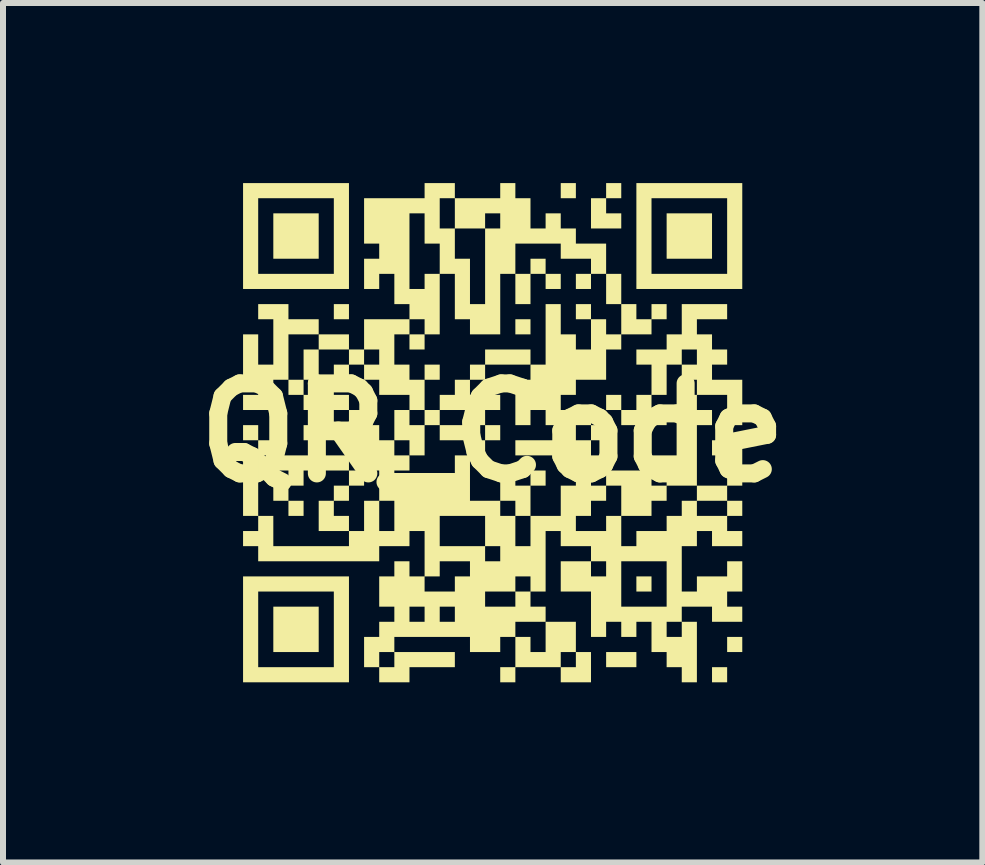
<source format=kicad_pcb>
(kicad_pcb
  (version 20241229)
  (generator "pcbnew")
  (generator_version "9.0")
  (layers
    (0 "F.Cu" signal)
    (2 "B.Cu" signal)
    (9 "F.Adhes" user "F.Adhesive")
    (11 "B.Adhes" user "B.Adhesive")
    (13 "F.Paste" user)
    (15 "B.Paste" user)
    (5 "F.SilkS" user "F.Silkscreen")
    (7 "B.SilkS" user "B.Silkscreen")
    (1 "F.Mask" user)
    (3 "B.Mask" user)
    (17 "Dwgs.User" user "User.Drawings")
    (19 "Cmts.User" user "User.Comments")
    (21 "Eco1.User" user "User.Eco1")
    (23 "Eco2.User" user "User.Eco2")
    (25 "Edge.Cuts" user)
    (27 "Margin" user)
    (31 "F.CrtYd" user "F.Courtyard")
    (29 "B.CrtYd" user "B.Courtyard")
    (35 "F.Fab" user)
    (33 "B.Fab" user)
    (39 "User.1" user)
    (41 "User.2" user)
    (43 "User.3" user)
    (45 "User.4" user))
  (footprint "QR_Code"
    (layer "F.Cu")
    (at 5.157 4.158)
    (property "Reference" "QR_Code" (at 0 0 0) (layer "F.SilkS") (effects (font (size 1.5 1.5) (thickness 0.3))))
    (attr board_only exclude_from_pos_files exclude_from_bom)
    (fp_poly (pts (xy -3.906 0) (xy -3.906 0.126) (xy -4.032 0.126) (xy -4.158 0.126) (xy -4.158 0) (xy -4.158 -0.126) (xy -4.032 -0.126) (xy -3.906 -0.126)) (stroke (width 0) (type solid)) (fill yes) (layer "F.SilkS"))
    (fp_poly (pts (xy -3.402 1.008) (xy -3.402 1.134) (xy -3.528 1.134) (xy -3.654 1.134) (xy -3.654 1.008) (xy -3.654 0.882) (xy -3.528 0.882) (xy -3.402 0.882)) (stroke (width 0) (type solid)) (fill yes) (layer "F.SilkS"))
    (fp_poly (pts (xy -3.15 1.26) (xy -3.15 1.386) (xy -3.276 1.386) (xy -3.402 1.386) (xy -3.402 1.26) (xy -3.402 1.134) (xy -3.276 1.134) (xy -3.15 1.134)) (stroke (width 0) (type solid)) (fill yes) (layer "F.SilkS"))
    (fp_poly (pts (xy -2.898 -3.276) (xy -2.898 -2.898) (xy -3.276 -2.898) (xy -3.654 -2.898) (xy -3.654 -3.276) (xy -3.654 -3.654) (xy -3.276 -3.654) (xy -2.898 -3.654)) (stroke (width 0) (type solid)) (fill yes) (layer "F.SilkS"))
    (fp_poly (pts (xy -2.898 -1.134) (xy -2.898 -0.882) (xy -3.024 -0.882) (xy -3.15 -0.882) (xy -3.15 -1.134) (xy -3.15 -1.386) (xy -3.024 -1.386) (xy -2.898 -1.386)) (stroke (width 0) (type solid)) (fill yes) (layer "F.SilkS"))
    (fp_poly (pts (xy -2.898 3.276) (xy -2.898 3.654) (xy -3.276 3.654) (xy -3.654 3.654) (xy -3.654 3.276) (xy -3.654 2.898) (xy -3.276 2.898) (xy -2.898 2.898)) (stroke (width 0) (type solid)) (fill yes) (layer "F.SilkS"))
    (fp_poly (pts (xy -2.394 -2.016) (xy -2.394 -1.89) (xy -2.52 -1.89) (xy -2.646 -1.89) (xy -2.646 -2.016) (xy -2.646 -2.142) (xy -2.52 -2.142) (xy -2.394 -2.142)) (stroke (width 0) (type solid)) (fill yes) (layer "F.SilkS"))
    (fp_poly (pts (xy -2.394 -1.008) (xy -2.394 -0.882) (xy -2.52 -0.882) (xy -2.646 -0.882) (xy -2.646 -1.008) (xy -2.646 -1.134) (xy -2.52 -1.134) (xy -2.394 -1.134)) (stroke (width 0) (type solid)) (fill yes) (layer "F.SilkS"))
    (fp_poly (pts (xy -1.134 -1.512) (xy -1.134 -1.386) (xy -1.26 -1.386) (xy -1.386 -1.386) (xy -1.386 -1.512) (xy -1.386 -1.638) (xy -1.26 -1.638) (xy -1.134 -1.638)) (stroke (width 0) (type solid)) (fill yes) (layer "F.SilkS"))
    (fp_poly (pts (xy -0.882 -1.008) (xy -0.882 -0.882) (xy -1.008 -0.882) (xy -1.134 -0.882) (xy -1.134 -1.008) (xy -1.134 -1.134) (xy -1.008 -1.134) (xy -0.882 -1.134)) (stroke (width 0) (type solid)) (fill yes) (layer "F.SilkS"))
    (fp_poly (pts (xy 0.63 -1.764) (xy 0.63 -1.638) (xy 0.504 -1.638) (xy 0.378 -1.638) (xy 0.378 -1.764) (xy 0.378 -1.89) (xy 0.504 -1.89) (xy 0.63 -1.89)) (stroke (width 0) (type solid)) (fill yes) (layer "F.SilkS"))
    (fp_poly (pts (xy 1.134 -2.52) (xy 1.134 -2.394) (xy 1.008 -2.394) (xy 0.882 -2.394) (xy 0.882 -2.52) (xy 0.882 -2.646) (xy 1.008 -2.646) (xy 1.134 -2.646)) (stroke (width 0) (type solid)) (fill yes) (layer "F.SilkS"))
    (fp_poly (pts (xy 1.386 -4.032) (xy 1.386 -3.906) (xy 1.26 -3.906) (xy 1.134 -3.906) (xy 1.134 -4.032) (xy 1.134 -4.158) (xy 1.26 -4.158) (xy 1.386 -4.158)) (stroke (width 0) (type solid)) (fill yes) (layer "F.SilkS"))
    (fp_poly (pts (xy 1.638 -2.52) (xy 1.638 -2.394) (xy 1.512 -2.394) (xy 1.386 -2.394) (xy 1.386 -2.52) (xy 1.386 -2.646) (xy 1.512 -2.646) (xy 1.638 -2.646)) (stroke (width 0) (type solid)) (fill yes) (layer "F.SilkS"))
    (fp_poly (pts (xy 1.638 -2.016) (xy 1.638 -1.89) (xy 1.512 -1.89) (xy 1.386 -1.89) (xy 1.386 -2.016) (xy 1.386 -2.142) (xy 1.512 -2.142) (xy 1.638 -2.142)) (stroke (width 0) (type solid)) (fill yes) (layer "F.SilkS"))
    (fp_poly (pts (xy 2.142 -2.394) (xy 2.142 -2.142) (xy 2.016 -2.142) (xy 1.89 -2.142) (xy 1.89 -2.394) (xy 1.89 -2.646) (xy 2.016 -2.646) (xy 2.142 -2.646)) (stroke (width 0) (type solid)) (fill yes) (layer "F.SilkS"))
    (fp_poly (pts (xy 2.394 3.78) (xy 2.394 3.906) (xy 2.142 3.906) (xy 1.89 3.906) (xy 1.89 3.78) (xy 1.89 3.654) (xy 2.142 3.654) (xy 2.394 3.654)) (stroke (width 0) (type solid)) (fill yes) (layer "F.SilkS"))
    (fp_poly (pts (xy 2.646 2.52) (xy 2.646 2.646) (xy 2.52 2.646) (xy 2.394 2.646) (xy 2.394 2.52) (xy 2.394 2.394) (xy 2.52 2.394) (xy 2.646 2.394)) (stroke (width 0) (type solid)) (fill yes) (layer "F.SilkS"))
    (fp_poly (pts (xy 3.654 -3.276) (xy 3.654 -2.898) (xy 3.276 -2.898) (xy 2.898 -2.898) (xy 2.898 -3.276) (xy 2.898 -3.654) (xy 3.276 -3.654) (xy 3.654 -3.654)) (stroke (width 0) (type solid)) (fill yes) (layer "F.SilkS"))
    (fp_poly (pts (xy 3.906 4.032) (xy 3.906 4.158) (xy 3.78 4.158) (xy 3.654 4.158) (xy 3.654 4.032) (xy 3.654 3.906) (xy 3.78 3.906) (xy 3.906 3.906)) (stroke (width 0) (type solid)) (fill yes) (layer "F.SilkS"))
    (fp_poly (pts (xy 4.158 3.528) (xy 4.158 3.654) (xy 4.032 3.654) (xy 3.906 3.654) (xy 3.906 3.528) (xy 3.906 3.402) (xy 4.032 3.402) (xy 4.158 3.402)) (stroke (width 0) (type solid)) (fill yes) (layer "F.SilkS"))
    (fp_poly (pts (xy 0.882 -2.772) (xy 0.882 -2.646) (xy 0.756 -2.646) (xy 0.63 -2.646) (xy 0.63 -2.394) (xy 0.63 -2.142) (xy 0.504 -2.142) (xy 0.378 -2.142) (xy 0.378 -2.394) (xy 0.378 -2.646) (xy 0.504 -2.646) (xy 0.63 -2.646) (xy 0.63 -2.772) (xy 0.63 -2.898) (xy 0.756 -2.898) (xy 0.882 -2.898)) (stroke (width 0) (type solid)) (fill yes) (layer "F.SilkS"))
    (fp_poly (pts (xy -2.394 -3.276) (xy -2.394 -2.394) (xy -3.276 -2.394) (xy -4.158 -2.394) (xy -4.158 -3.276) (xy -3.906 -3.276) (xy -3.906 -2.646) (xy -3.276 -2.646) (xy -2.646 -2.646) (xy -2.646 -3.276) (xy -2.646 -3.906) (xy -3.276 -3.906) (xy -3.906 -3.906) (xy -3.906 -3.276) (xy -4.158 -3.276) (xy -4.158 -4.158) (xy -3.276 -4.158) (xy -2.394 -4.158)) (stroke (width 0) (type solid)) (fill yes) (layer "F.SilkS"))
    (fp_poly (pts (xy -2.394 3.276) (xy -2.394 4.158) (xy -3.276 4.158) (xy -4.158 4.158) (xy -4.158 3.276) (xy -3.906 3.276) (xy -3.906 3.906) (xy -3.276 3.906) (xy -2.646 3.906) (xy -2.646 3.276) (xy -2.646 2.646) (xy -3.276 2.646) (xy -3.906 2.646) (xy -3.906 3.276) (xy -4.158 3.276) (xy -4.158 2.394) (xy -3.276 2.394) (xy -2.394 2.394)) (stroke (width 0) (type solid)) (fill yes) (layer "F.SilkS"))
    (fp_poly (pts (xy 4.158 -3.276) (xy 4.158 -2.394) (xy 3.276 -2.394) (xy 2.394 -2.394) (xy 2.394 -3.276) (xy 2.646 -3.276) (xy 2.646 -2.646) (xy 3.276 -2.646) (xy 3.906 -2.646) (xy 3.906 -3.276) (xy 3.906 -3.906) (xy 3.276 -3.906) (xy 2.646 -3.906) (xy 2.646 -3.276) (xy 2.394 -3.276) (xy 2.394 -4.158) (xy 3.276 -4.158) (xy 4.158 -4.158)) (stroke (width 0) (type solid)) (fill yes) (layer "F.SilkS"))
    (fp_poly (pts (xy 2.142 -4.032) (xy 2.142 -3.906) (xy 2.016 -3.906) (xy 1.89 -3.906) (xy 1.89 -3.78) (xy 1.89 -3.654) (xy 2.016 -3.654) (xy 2.142 -3.654) (xy 2.142 -3.528) (xy 2.142 -3.402) (xy 1.89 -3.402) (xy 1.638 -3.402) (xy 1.638 -3.654) (xy 1.638 -3.906) (xy 1.764 -3.906) (xy 1.89 -3.906) (xy 1.89 -4.032) (xy 1.89 -4.158) (xy 2.016 -4.158) (xy 2.142 -4.158)) (stroke (width 0) (type solid)) (fill yes) (layer "F.SilkS"))
    (fp_poly (pts (xy 0.378 0.756) (xy 0.378 0.882) (xy 0.504 0.882) (xy 0.63 0.882) (xy 0.63 0.756) (xy 0.63 0.63) (xy 0.756 0.63) (xy 0.882 0.63) (xy 0.882 0.756) (xy 0.882 0.882) (xy 0.756 0.882) (xy 0.63 0.882) (xy 0.63 1.134) (xy 0.63 1.386) (xy 0.504 1.386) (xy 0.378 1.386) (xy 0.378 1.26) (xy 0.378 1.134) (xy 0.252 1.134) (xy 0.126 1.134) (xy 0.126 0.882) (xy 0.126 0.63) (xy 0.252 0.63) (xy 0.378 0.63)) (stroke (width 0) (type solid)) (fill yes) (layer "F.SilkS"))
    (fp_poly (pts (xy -2.142 0.756) (xy -2.142 0.882) (xy -2.268 0.882) (xy -2.394 0.882) (xy -2.394 1.008) (xy -2.394 1.134) (xy -2.52 1.134) (xy -2.646 1.134) (xy -2.646 1.26) (xy -2.646 1.386) (xy -2.52 1.386) (xy -2.394 1.386) (xy -2.394 1.512) (xy -2.394 1.638) (xy -2.646 1.638) (xy -2.898 1.638) (xy -2.898 1.386) (xy -2.898 1.134) (xy -2.772 1.134) (xy -2.646 1.134) (xy -2.646 1.008) (xy -2.646 0.882) (xy -2.52 0.882) (xy -2.394 0.882) (xy -2.394 0.756) (xy -2.394 0.63) (xy -2.268 0.63) (xy -2.142 0.63)) (stroke (width 0) (type solid)) (fill yes) (layer "F.SilkS"))
    (fp_poly (pts (xy -3.402 -2.016) (xy -3.402 -1.89) (xy -3.15 -1.89) (xy -2.898 -1.89) (xy -2.898 -1.764) (xy -2.898 -1.638) (xy -3.15 -1.638) (xy -3.402 -1.638) (xy -3.402 -1.26) (xy -3.402 -0.882) (xy -3.528 -0.882) (xy -3.654 -0.882) (xy -3.654 -0.63) (xy -3.654 -0.378) (xy -3.906 -0.378) (xy -4.158 -0.378) (xy -4.158 -0.504) (xy -4.158 -0.63) (xy -4.032 -0.63) (xy -3.906 -0.63) (xy -3.906 -0.756) (xy -3.906 -0.882) (xy -4.032 -0.882) (xy -4.158 -0.882) (xy -4.158 -1.26) (xy -4.158 -1.638) (xy -4.032 -1.638) (xy -3.906 -1.638) (xy -3.906 -1.386) (xy -3.906 -1.134) (xy -3.78 -1.134) (xy -3.654 -1.134) (xy -3.654 -1.512) (xy -3.654 -1.89) (xy -3.78 -1.89) (xy -3.906 -1.89) (xy -3.906 -2.016) (xy -3.906 -2.142) (xy -3.654 -2.142) (xy -3.402 -2.142)) (stroke (width 0) (type solid)) (fill yes) (layer "F.SilkS"))
    (fp_poly (pts (xy 1.386 3.402) (xy 1.386 3.654) (xy 1.26 3.654) (xy 1.134 3.654) (xy 1.134 3.78) (xy 1.134 3.906) (xy 1.26 3.906) (xy 1.386 3.906) (xy 1.386 3.78) (xy 1.386 3.654) (xy 1.512 3.654) (xy 1.638 3.654) (xy 1.638 3.906) (xy 1.638 4.158) (xy 1.386 4.158) (xy 1.134 4.158) (xy 1.134 4.032) (xy 1.134 3.906) (xy 0.756 3.906) (xy 0.378 3.906) (xy 0.378 4.032) (xy 0.378 4.158) (xy 0.252 4.158) (xy 0.126 4.158) (xy 0.126 4.032) (xy 0.126 3.906) (xy 0.252 3.906) (xy 0.378 3.906) (xy 0.378 3.654) (xy 0.378 3.402) (xy 0.504 3.402) (xy 0.63 3.402) (xy 0.63 3.528) (xy 0.63 3.654) (xy 0.756 3.654) (xy 0.882 3.654) (xy 0.882 3.402) (xy 0.882 3.15) (xy 1.134 3.15) (xy 1.386 3.15)) (stroke (width 0) (type solid)) (fill yes) (layer "F.SilkS"))
    (fp_poly (pts (xy 0.63 -1.26) (xy 0.63 -1.134) (xy 0.252 -1.134) (xy -0.126 -1.134) (xy -0.126 -1.008) (xy -0.126 -0.882) (xy -0.252 -0.882) (xy -0.378 -0.882) (xy -0.378 -0.756) (xy -0.378 -0.63) (xy -0.126 -0.63) (xy 0.126 -0.63) (xy 0.126 -0.504) (xy 0.126 -0.378) (xy 0 -0.378) (xy -0.126 -0.378) (xy -0.126 -0.252) (xy -0.126 -0.126) (xy -0.252 -0.126) (xy -0.378 -0.126) (xy -0.378 0) (xy -0.378 0.126) (xy -0.252 0.126) (xy -0.126 0.126) (xy -0.126 0) (xy -0.126 -0.126) (xy 0 -0.126) (xy 0.126 -0.126) (xy 0.126 0) (xy 0.126 0.126) (xy 0 0.126) (xy -0.126 0.126) (xy -0.126 0.252) (xy -0.126 0.378) (xy -0.252 0.378) (xy -0.378 0.378) (xy -0.378 0.252) (xy -0.378 0.126) (xy -0.63 0.126) (xy -0.882 0.126) (xy -0.882 0) (xy -0.882 -0.126) (xy -1.008 -0.126) (xy -1.134 -0.126) (xy -1.134 0.126) (xy -1.134 0.378) (xy -1.26 0.378) (xy -1.386 0.378) (xy -1.386 0.252) (xy -1.386 0.126) (xy -1.512 0.126) (xy -1.638 0.126) (xy -1.638 -0.126) (xy -1.638 -0.378) (xy -1.512 -0.378) (xy -1.386 -0.378) (xy -1.386 -0.252) (xy -1.386 -0.126) (xy -1.26 -0.126) (xy -1.134 -0.126) (xy -1.134 -0.252) (xy -0.882 -0.252) (xy -0.882 -0.126) (xy -0.63 -0.126) (xy -0.378 -0.126) (xy -0.378 -0.252) (xy -0.378 -0.378) (xy -0.63 -0.378) (xy -0.882 -0.378) (xy -0.882 -0.252) (xy -1.134 -0.252) (xy -1.134 -0.378) (xy -1.008 -0.378) (xy -0.882 -0.378) (xy -0.882 -0.504) (xy -0.882 -0.63) (xy -0.756 -0.63) (xy -0.63 -0.63) (xy -0.63 -0.756) (xy -0.63 -0.882) (xy -0.504 -0.882) (xy -0.378 -0.882) (xy -0.378 -1.008) (xy -0.378 -1.134) (xy -0.252 -1.134) (xy -0.126 -1.134) (xy -0.126 -1.26) (xy -0.126 -1.386) (xy 0.252 -1.386) (xy 0.63 -1.386)) (stroke (width 0) (type solid)) (fill yes) (layer "F.SilkS"))
    (fp_poly (pts (xy -0.63 -4.032) (xy -0.63 -3.906) (xy -0.252 -3.906) (xy 0.126 -3.906) (xy 0.126 -4.032) (xy 0.126 -4.158) (xy 0.252 -4.158) (xy 0.378 -4.158) (xy 0.378 -4.032) (xy 0.378 -3.906) (xy 0.504 -3.906) (xy 0.63 -3.906) (xy 0.63 -3.654) (xy 0.63 -3.402) (xy 0.756 -3.402) (xy 0.882 -3.402) (xy 0.882 -3.528) (xy 0.882 -3.654) (xy 1.008 -3.654) (xy 1.134 -3.654) (xy 1.134 -3.528) (xy 1.134 -3.402) (xy 1.26 -3.402) (xy 1.386 -3.402) (xy 1.386 -3.276) (xy 1.386 -3.15) (xy 1.638 -3.15) (xy 1.89 -3.15) (xy 1.89 -2.898) (xy 1.89 -2.646) (xy 1.764 -2.646) (xy 1.638 -2.646) (xy 1.638 -2.772) (xy 1.638 -2.898) (xy 1.386 -2.898) (xy 1.134 -2.898) (xy 1.134 -3.024) (xy 1.134 -3.15) (xy 0.756 -3.15) (xy 0.378 -3.15) (xy 0.378 -2.898) (xy 0.378 -2.646) (xy 0.252 -2.646) (xy 0.126 -2.646) (xy 0.126 -2.142) (xy 0.126 -1.638) (xy -0.126 -1.638) (xy -0.378 -1.638) (xy -0.378 -1.764) (xy -0.378 -1.89) (xy -0.504 -1.89) (xy -0.63 -1.89) (xy -0.63 -2.268) (xy -0.63 -2.646) (xy -0.756 -2.646) (xy -0.882 -2.646) (xy -0.882 -2.142) (xy -0.882 -1.638) (xy -1.008 -1.638) (xy -1.134 -1.638) (xy -1.134 -1.764) (xy -1.134 -1.89) (xy -1.26 -1.89) (xy -1.386 -1.89) (xy -1.386 -1.764) (xy -1.386 -1.638) (xy -1.512 -1.638) (xy -1.638 -1.638) (xy -1.638 -1.386) (xy -1.638 -1.134) (xy -1.512 -1.134) (xy -1.386 -1.134) (xy -1.386 -1.008) (xy -1.386 -0.882) (xy -1.26 -0.882) (xy -1.134 -0.882) (xy -1.134 -0.63) (xy -1.134 -0.378) (xy -1.26 -0.378) (xy -1.386 -0.378) (xy -1.386 -0.504) (xy -1.386 -0.63) (xy -1.638 -0.63) (xy -1.89 -0.63) (xy -1.89 -0.756) (xy -1.89 -0.882) (xy -2.016 -0.882) (xy -2.142 -0.882) (xy -2.142 -1.008) (xy -2.142 -1.134) (xy -2.016 -1.134) (xy -1.89 -1.134) (xy -1.89 -1.26) (xy -1.89 -1.386) (xy -2.016 -1.386) (xy -2.142 -1.386) (xy -2.142 -1.26) (xy -2.142 -1.134) (xy -2.268 -1.134) (xy -2.394 -1.134) (xy -2.394 -1.26) (xy -2.394 -1.386) (xy -2.646 -1.386) (xy -2.898 -1.386) (xy -2.898 -1.512) (xy -2.898 -1.638) (xy -2.646 -1.638) (xy -2.394 -1.638) (xy -2.394 -1.512) (xy -2.394 -1.386) (xy -2.268 -1.386) (xy -2.142 -1.386) (xy -2.142 -1.638) (xy -2.142 -1.89) (xy -1.764 -1.89) (xy -1.386 -1.89) (xy -1.386 -2.016) (xy -1.386 -2.142) (xy -1.512 -2.142) (xy -1.638 -2.142) (xy -1.638 -2.394) (xy -1.638 -2.646) (xy -1.764 -2.646) (xy -1.89 -2.646) (xy -1.89 -2.52) (xy -1.89 -2.394) (xy -2.016 -2.394) (xy -2.142 -2.394) (xy -2.142 -2.646) (xy -2.142 -2.898) (xy -2.016 -2.898) (xy -1.89 -2.898) (xy -1.89 -3.024) (xy -1.386 -3.024) (xy -1.386 -2.394) (xy -1.26 -2.394) (xy -1.134 -2.394) (xy -1.134 -2.52) (xy -1.134 -2.646) (xy -1.008 -2.646) (xy -0.882 -2.646) (xy -0.882 -2.898) (xy -0.882 -3.15) (xy -1.008 -3.15) (xy -1.134 -3.15) (xy -1.134 -3.402) (xy -1.134 -3.654) (xy -0.882 -3.654) (xy -0.882 -3.402) (xy -0.756 -3.402) (xy -0.63 -3.402) (xy -0.63 -3.15) (xy -0.63 -2.898) (xy -0.504 -2.898) (xy -0.378 -2.898) (xy -0.378 -2.52) (xy -0.378 -2.142) (xy -0.252 -2.142) (xy -0.126 -2.142) (xy -0.126 -2.772) (xy -0.126 -3.402) (xy 0 -3.402) (xy 0.126 -3.402) (xy 0.126 -3.528) (xy 0.126 -3.654) (xy 0 -3.654) (xy -0.126 -3.654) (xy -0.126 -3.528) (xy -0.126 -3.402) (xy -0.378 -3.402) (xy -0.63 -3.402) (xy -0.63 -3.654) (xy -0.63 -3.906) (xy -0.756 -3.906) (xy -0.882 -3.906) (xy -0.882 -3.654) (xy -1.134 -3.654) (xy -1.26 -3.654) (xy -1.386 -3.654) (xy -1.386 -3.024) (xy -1.89 -3.024) (xy -1.89 -3.15) (xy -2.016 -3.15) (xy -2.142 -3.15) (xy -2.142 -3.528) (xy -2.142 -3.906) (xy -1.638 -3.906) (xy -1.134 -3.906) (xy -1.134 -4.032) (xy -1.134 -4.158) (xy -0.882 -4.158) (xy -0.63 -4.158)) (stroke (width 0) (type solid)) (fill yes) (layer "F.SilkS"))
    (fp_poly (pts (xy 1.134 -1.89) (xy 1.134 -1.638) (xy 1.26 -1.638) (xy 1.386 -1.638) (xy 1.386 -1.512) (xy 1.386 -1.386) (xy 1.512 -1.386) (xy 1.638 -1.386) (xy 1.638 -1.638) (xy 1.638 -1.89) (xy 1.764 -1.89) (xy 1.89 -1.89) (xy 1.89 -1.764) (xy 1.89 -1.638) (xy 2.016 -1.638) (xy 2.142 -1.638) (xy 2.142 -1.89) (xy 2.142 -2.142) (xy 2.268 -2.142) (xy 2.394 -2.142) (xy 2.394 -2.016) (xy 2.394 -1.89) (xy 2.52 -1.89) (xy 2.646 -1.89) (xy 2.646 -2.016) (xy 2.646 -2.142) (xy 2.772 -2.142) (xy 2.898 -2.142) (xy 2.898 -2.016) (xy 2.898 -1.89) (xy 2.772 -1.89) (xy 2.646 -1.89) (xy 2.646 -1.764) (xy 2.646 -1.638) (xy 2.394 -1.638) (xy 2.142 -1.638) (xy 2.142 -1.512) (xy 2.142 -1.386) (xy 2.016 -1.386) (xy 1.89 -1.386) (xy 1.89 -1.134) (xy 1.89 -0.882) (xy 1.638 -0.882) (xy 1.386 -0.882) (xy 1.386 -0.756) (xy 1.386 -0.63) (xy 1.26 -0.63) (xy 1.134 -0.63) (xy 1.134 -0.504) (xy 1.134 -0.378) (xy 1.386 -0.378) (xy 1.638 -0.378) (xy 1.638 -0.252) (xy 1.638 -0.126) (xy 1.512 -0.126) (xy 1.386 -0.126) (xy 1.386 0) (xy 1.386 0.126) (xy 1.512 0.126) (xy 1.638 0.126) (xy 1.638 0) (xy 1.638 -0.126) (xy 1.764 -0.126) (xy 1.89 -0.126) (xy 1.89 0) (xy 1.89 0.126) (xy 1.764 0.126) (xy 1.638 0.126) (xy 1.638 0.252) (xy 1.638 0.378) (xy 1.764 0.378) (xy 1.89 0.378) (xy 1.89 0.504) (xy 1.89 0.63) (xy 2.268 0.63) (xy 2.646 0.63) (xy 2.646 0.504) (xy 2.646 0.378) (xy 2.898 0.378) (xy 3.15 0.378) (xy 3.15 -0.126) (xy 3.15 -0.63) (xy 3.276 -0.63) (xy 3.402 -0.63) (xy 3.402 -0.756) (xy 3.402 -0.882) (xy 3.276 -0.882) (xy 3.15 -0.882) (xy 3.15 -1.008) (xy 3.15 -1.134) (xy 3.024 -1.134) (xy 2.898 -1.134) (xy 2.898 -0.882) (xy 2.898 -0.63) (xy 2.772 -0.63) (xy 2.646 -0.63) (xy 2.646 -0.504) (xy 2.646 -0.378) (xy 2.772 -0.378) (xy 2.898 -0.378) (xy 2.898 -0.252) (xy 2.898 -0.126) (xy 2.52 -0.126) (xy 2.142 -0.126) (xy 2.142 -0.252) (xy 2.142 -0.378) (xy 2.016 -0.378) (xy 1.89 -0.378) (xy 1.89 -0.504) (xy 1.89 -0.63) (xy 2.016 -0.63) (xy 2.142 -0.63) (xy 2.142 -0.504) (xy 2.142 -0.378) (xy 2.268 -0.378) (xy 2.394 -0.378) (xy 2.394 -0.504) (xy 2.394 -0.63) (xy 2.52 -0.63) (xy 2.646 -0.63) (xy 2.646 -0.882) (xy 2.646 -1.134) (xy 2.52 -1.134) (xy 2.394 -1.134) (xy 2.394 -1.26) (xy 3.15 -1.26) (xy 3.15 -1.134) (xy 3.276 -1.134) (xy 3.402 -1.134) (xy 3.402 -1.26) (xy 3.402 -1.386) (xy 3.276 -1.386) (xy 3.15 -1.386) (xy 3.15 -1.26) (xy 2.394 -1.26) (xy 2.394 -1.386) (xy 2.646 -1.386) (xy 2.898 -1.386) (xy 2.898 -1.512) (xy 2.898 -1.638) (xy 3.024 -1.638) (xy 3.15 -1.638) (xy 3.15 -1.89) (xy 3.15 -2.142) (xy 3.528 -2.142) (xy 3.906 -2.142) (xy 3.906 -2.016) (xy 3.906 -1.89) (xy 3.654 -1.89) (xy 3.402 -1.89) (xy 3.402 -1.764) (xy 3.402 -1.638) (xy 3.528 -1.638) (xy 3.654 -1.638) (xy 3.654 -1.512) (xy 3.654 -1.386) (xy 3.78 -1.386) (xy 3.906 -1.386) (xy 3.906 -1.26) (xy 3.906 -1.134) (xy 3.78 -1.134) (xy 3.654 -1.134) (xy 3.654 -1.008) (xy 3.654 -0.882) (xy 3.906 -0.882) (xy 4.158 -0.882) (xy 4.158 -0.504) (xy 4.158 -0.126) (xy 4.032 -0.126) (xy 3.906 -0.126) (xy 3.906 -0.378) (xy 3.906 -0.63) (xy 3.654 -0.63) (xy 3.402 -0.63) (xy 3.402 -0.504) (xy 3.402 -0.378) (xy 3.528 -0.378) (xy 3.654 -0.378) (xy 3.654 -0.252) (xy 3.654 -0.126) (xy 3.528 -0.126) (xy 3.402 -0.126) (xy 3.402 0.378) (xy 3.402 0.882) (xy 3.654 0.882) (xy 3.906 0.882) (xy 3.906 0.63) (xy 3.906 0.378) (xy 3.78 0.378) (xy 3.654 0.378) (xy 3.654 0.252) (xy 3.654 0.126) (xy 3.906 0.126) (xy 4.158 0.126) (xy 4.158 0.504) (xy 4.158 0.882) (xy 4.032 0.882) (xy 3.906 0.882) (xy 3.906 1.008) (xy 3.906 1.134) (xy 3.654 1.134) (xy 3.402 1.134) (xy 3.402 1.26) (xy 3.402 1.386) (xy 3.654 1.386) (xy 3.906 1.386) (xy 3.906 1.26) (xy 3.906 1.134) (xy 4.032 1.134) (xy 4.158 1.134) (xy 4.158 1.26) (xy 4.158 1.386) (xy 4.032 1.386) (xy 3.906 1.386) (xy 3.906 1.512) (xy 3.906 1.638) (xy 4.032 1.638) (xy 4.158 1.638) (xy 4.158 1.764) (xy 4.158 1.89) (xy 3.906 1.89) (xy 3.654 1.89) (xy 3.654 1.764) (xy 3.654 1.638) (xy 3.528 1.638) (xy 3.402 1.638) (xy 3.402 1.764) (xy 3.402 1.89) (xy 3.276 1.89) (xy 3.15 1.89) (xy 3.15 2.268) (xy 3.15 2.646) (xy 3.276 2.646) (xy 3.402 2.646) (xy 3.402 2.52) (xy 3.402 2.394) (xy 3.654 2.394) (xy 3.906 2.394) (xy 3.906 2.268) (xy 3.906 2.142) (xy 4.032 2.142) (xy 4.158 2.142) (xy 4.158 2.394) (xy 4.158 2.646) (xy 4.032 2.646) (xy 3.906 2.646) (xy 3.906 2.772) (xy 3.906 2.898) (xy 4.032 2.898) (xy 4.158 2.898) (xy 4.158 3.024) (xy 4.158 3.15) (xy 3.906 3.15) (xy 3.654 3.15) (xy 3.654 3.024) (xy 3.654 2.898) (xy 3.402 2.898) (xy 3.15 2.898) (xy 3.15 3.024) (xy 3.15 3.15) (xy 3.024 3.15) (xy 2.898 3.15) (xy 2.898 3.276) (xy 2.898 3.402) (xy 3.024 3.402) (xy 3.15 3.402) (xy 3.15 3.276) (xy 3.15 3.15) (xy 3.276 3.15) (xy 3.402 3.15) (xy 3.402 3.654) (xy 3.402 4.158) (xy 3.276 4.158) (xy 3.15 4.158) (xy 3.15 4.032) (xy 3.15 3.906) (xy 3.024 3.906) (xy 2.898 3.906) (xy 2.898 3.78) (xy 2.898 3.654) (xy 2.772 3.654) (xy 2.646 3.654) (xy 2.646 3.402) (xy 2.646 3.15) (xy 2.52 3.15) (xy 2.394 3.15) (xy 2.394 3.276) (xy 2.394 3.402) (xy 2.268 3.402) (xy 2.142 3.402) (xy 2.142 3.276) (xy 2.142 3.15) (xy 2.016 3.15) (xy 1.89 3.15) (xy 1.89 3.276) (xy 1.89 3.402) (xy 1.764 3.402) (xy 1.638 3.402) (xy 1.638 3.024) (xy 1.638 2.646) (xy 1.386 2.646) (xy 1.134 2.646) (xy 1.134 2.52) (xy 2.142 2.52) (xy 2.142 2.898) (xy 2.52 2.898) (xy 2.898 2.898) (xy 2.898 2.52) (xy 2.898 2.142) (xy 2.52 2.142) (xy 2.142 2.142) (xy 2.142 2.52) (xy 1.134 2.52) (xy 1.134 2.394) (xy 1.134 2.268) (xy 1.638 2.268) (xy 1.638 2.394) (xy 1.764 2.394) (xy 1.89 2.394) (xy 1.89 2.268) (xy 1.89 2.142) (xy 1.764 2.142) (xy 1.638 2.142) (xy 1.638 2.268) (xy 1.134 2.268) (xy 1.134 2.142) (xy 1.386 2.142) (xy 1.638 2.142) (xy 1.638 2.016) (xy 1.638 1.89) (xy 1.386 1.89) (xy 1.134 1.89) (xy 1.134 1.764) (xy 1.134 1.638) (xy 1.008 1.638) (xy 0.882 1.638) (xy 0.882 2.142) (xy 0.882 2.646) (xy 0.756 2.646) (xy 0.63 2.646) (xy 0.63 2.772) (xy 0.63 2.898) (xy 0.756 2.898) (xy 0.882 2.898) (xy 0.882 3.024) (xy 0.882 3.15) (xy 0.63 3.15) (xy 0.378 3.15) (xy 0.378 3.276) (xy 0.378 3.402) (xy 0.252 3.402) (xy 0.126 3.402) (xy 0.126 3.528) (xy 0.126 3.654) (xy -0.126 3.654) (xy -0.378 3.654) (xy -0.378 3.528) (xy -0.378 3.402) (xy -1.008 3.402) (xy -1.638 3.402) (xy -1.638 3.528) (xy -1.638 3.654) (xy -1.764 3.654) (xy -1.89 3.654) (xy -1.89 3.78) (xy -1.89 3.906) (xy -1.764 3.906) (xy -1.638 3.906) (xy -1.638 3.78) (xy -1.638 3.654) (xy -1.134 3.654) (xy -0.63 3.654) (xy -0.63 3.78) (xy -0.63 3.906) (xy -1.008 3.906) (xy -1.386 3.906) (xy -1.386 4.032) (xy -1.386 4.158) (xy -1.638 4.158) (xy -1.89 4.158) (xy -1.89 4.032) (xy -1.89 3.906) (xy -2.016 3.906) (xy -2.142 3.906) (xy -2.142 3.654) (xy -2.142 3.402) (xy -2.016 3.402) (xy -1.89 3.402) (xy -1.89 3.276) (xy -1.89 3.15) (xy -1.764 3.15) (xy -1.638 3.15) (xy -1.638 3.024) (xy -1.386 3.024) (xy -1.386 3.15) (xy -1.26 3.15) (xy -1.134 3.15) (xy -1.134 3.024) (xy -0.882 3.024) (xy -0.882 3.15) (xy -0.756 3.15) (xy -0.63 3.15) (xy -0.63 3.024) (xy -0.63 2.898) (xy -0.756 2.898) (xy -0.882 2.898) (xy -0.882 3.024) (xy -1.134 3.024) (xy -1.134 2.898) (xy -1.26 2.898) (xy -1.386 2.898) (xy -1.386 3.024) (xy -1.638 3.024) (xy -1.638 2.898) (xy -1.764 2.898) (xy -1.89 2.898) (xy -1.89 2.646) (xy -1.89 2.394) (xy -1.764 2.394) (xy -1.638 2.394) (xy -1.638 2.268) (xy -1.638 2.142) (xy -1.512 2.142) (xy -1.386 2.142) (xy -1.386 2.268) (xy -1.386 2.394) (xy -1.26 2.394) (xy -1.134 2.394) (xy -1.134 2.52) (xy -1.134 2.646) (xy -0.882 2.646) (xy -0.63 2.646) (xy -0.126 2.646) (xy -0.126 2.772) (xy -0.126 2.898) (xy 0.126 2.898) (xy 0.378 2.898) (xy 0.378 2.772) (xy 0.378 2.646) (xy 0.504 2.646) (xy 0.63 2.646) (xy 0.63 2.52) (xy 0.63 2.394) (xy 0.504 2.394) (xy 0.378 2.394) (xy 0.378 2.52) (xy 0.378 2.646) (xy 0.126 2.646) (xy -0.126 2.646) (xy -0.63 2.646) (xy -0.63 2.52) (xy -0.63 2.394) (xy -0.504 2.394) (xy -0.378 2.394) (xy -0.378 2.268) (xy -0.378 2.142) (xy -0.63 2.142) (xy -0.882 2.142) (xy -0.882 2.268) (xy -0.882 2.394) (xy -1.008 2.394) (xy -1.134 2.394) (xy -1.134 2.016) (xy -0.126 2.016) (xy -0.126 2.142) (xy 0 2.142) (xy 0.126 2.142) (xy 0.126 2.016) (xy 0.126 1.89) (xy 0 1.89) (xy -0.126 1.89) (xy -0.126 2.016) (xy -1.134 2.016) (xy -1.134 1.638) (xy -0.882 1.638) (xy -0.882 1.89) (xy -0.504 1.89) (xy -0.126 1.89) (xy -0.126 1.638) (xy -0.126 1.386) (xy -0.504 1.386) (xy -0.882 1.386) (xy -0.882 1.638) (xy -1.134 1.638) (xy -1.26 1.638) (xy -1.386 1.638) (xy -1.386 1.764) (xy -1.386 1.89) (xy -1.638 1.89) (xy -1.89 1.89) (xy -1.89 2.016) (xy -1.89 2.142) (xy -2.898 2.142) (xy -3.906 2.142) (xy -3.906 2.016) (xy -3.906 1.89) (xy -4.032 1.89) (xy -4.158 1.89) (xy -4.158 1.764) (xy -4.158 1.638) (xy -4.032 1.638) (xy -3.906 1.638) (xy -3.906 1.512) (xy -3.906 1.386) (xy -3.78 1.386) (xy -3.654 1.386) (xy -3.654 1.638) (xy -3.654 1.89) (xy -3.024 1.89) (xy -2.394 1.89) (xy -2.394 1.764) (xy -2.394 1.638) (xy -2.268 1.638) (xy -2.142 1.638) (xy -2.142 1.386) (xy -1.89 1.386) (xy -1.89 1.638) (xy -1.764 1.638) (xy -1.638 1.638) (xy -1.638 1.386) (xy -1.638 1.134) (xy -1.764 1.134) (xy -1.89 1.134) (xy -1.89 1.386) (xy -2.142 1.386) (xy -2.142 1.134) (xy -2.016 1.134) (xy -1.89 1.134) (xy -1.89 0.882) (xy -1.89 0.63) (xy -2.016 0.63) (xy -2.142 0.63) (xy -2.142 0.504) (xy -2.142 0.378) (xy -2.268 0.378) (xy -2.394 0.378) (xy -2.394 0.504) (xy -2.394 0.63) (xy -2.772 0.63) (xy -3.15 0.63) (xy -3.15 0.756) (xy -3.15 0.882) (xy -3.276 0.882) (xy -3.402 0.882) (xy -3.402 0.756) (xy -3.402 0.63) (xy -3.528 0.63) (xy -3.654 0.63) (xy -3.654 0.504) (xy -3.654 0.378) (xy -3.78 0.378) (xy -3.906 0.378) (xy -3.906 0.882) (xy -3.906 1.386) (xy -4.032 1.386) (xy -4.158 1.386) (xy -4.158 0.882) (xy -4.158 0.378) (xy -4.032 0.378) (xy -3.906 0.378) (xy -3.906 0.252) (xy -3.906 0.126) (xy -3.78 0.126) (xy -3.654 0.126) (xy -3.654 0.252) (xy -3.654 0.378) (xy -3.024 0.378) (xy -2.394 0.378) (xy -2.394 0.252) (xy -2.394 0.126) (xy -2.772 0.126) (xy -3.15 0.126) (xy -3.15 0) (xy -3.15 -0.126) (xy -3.024 -0.126) (xy -2.898 -0.126) (xy -2.898 -0.252) (xy -2.898 -0.378) (xy -3.024 -0.378) (xy -3.15 -0.378) (xy -3.15 -0.504) (xy -3.15 -0.63) (xy -3.276 -0.63) (xy -3.402 -0.63) (xy -3.402 -0.756) (xy -3.402 -0.882) (xy -3.276 -0.882) (xy -3.15 -0.882) (xy -3.15 -0.756) (xy -3.15 -0.63) (xy -3.024 -0.63) (xy -2.898 -0.63) (xy -2.898 -0.756) (xy -2.898 -0.882) (xy -2.772 -0.882) (xy -2.646 -0.882) (xy -2.646 -0.756) (xy -2.646 -0.63) (xy -2.52 -0.63) (xy -2.394 -0.63) (xy -2.394 -0.504) (xy -2.394 -0.378) (xy -2.52 -0.378) (xy -2.646 -0.378) (xy -2.646 -0.252) (xy -2.646 -0.126) (xy -2.52 -0.126) (xy -2.394 -0.126) (xy -2.394 -0.252) (xy -2.394 -0.378) (xy -2.268 -0.378) (xy -2.142 -0.378) (xy -2.142 -0.252) (xy -2.142 -0.126) (xy -2.016 -0.126) (xy -1.89 -0.126) (xy -1.89 0) (xy -1.89 0.126) (xy -1.764 0.126) (xy -1.638 0.126) (xy -1.638 0.252) (xy -1.638 0.378) (xy -1.512 0.378) (xy -1.386 0.378) (xy -1.386 0.504) (xy -1.386 0.63) (xy -1.512 0.63) (xy -1.638 0.63) (xy -1.638 0.756) (xy -1.638 0.882) (xy -1.134 0.882) (xy -0.63 0.882) (xy -0.63 0.63) (xy -0.63 0.378) (xy -0.504 0.378) (xy -0.378 0.378) (xy -0.378 0.756) (xy -0.378 1.134) (xy -0.126 1.134) (xy 0.126 1.134) (xy 0.126 1.26) (xy 0.126 1.386) (xy 0.252 1.386) (xy 0.378 1.386) (xy 0.378 1.638) (xy 0.378 1.89) (xy 0.504 1.89) (xy 0.63 1.89) (xy 0.63 1.638) (xy 0.63 1.386) (xy 0.882 1.386) (xy 1.134 1.386) (xy 1.386 1.386) (xy 1.386 1.512) (xy 1.386 1.638) (xy 1.638 1.638) (xy 1.89 1.638) (xy 1.89 1.512) (xy 1.89 1.386) (xy 2.016 1.386) (xy 2.142 1.386) (xy 2.142 1.638) (xy 2.142 1.89) (xy 2.268 1.89) (xy 2.394 1.89) (xy 2.394 1.764) (xy 2.394 1.638) (xy 2.646 1.638) (xy 2.898 1.638) (xy 2.898 1.512) (xy 2.898 1.386) (xy 3.024 1.386) (xy 3.15 1.386) (xy 3.15 1.26) (xy 3.15 1.134) (xy 3.276 1.134) (xy 3.402 1.134) (xy 3.402 1.008) (xy 3.402 0.882) (xy 3.15 0.882) (xy 2.898 0.882) (xy 2.898 1.008) (xy 2.898 1.134) (xy 2.772 1.134) (xy 2.646 1.134) (xy 2.646 1.26) (xy 2.646 1.386) (xy 2.394 1.386) (xy 2.142 1.386) (xy 2.142 1.134) (xy 2.142 0.882) (xy 2.016 0.882) (xy 1.89 0.882) (xy 1.89 1.008) (xy 1.89 1.134) (xy 1.764 1.134) (xy 1.638 1.134) (xy 1.638 1.26) (xy 1.638 1.386) (xy 1.512 1.386) (xy 1.386 1.386) (xy 1.134 1.386) (xy 1.134 1.134) (xy 1.134 0.882) (xy 1.26 0.882) (xy 1.386 0.882) (xy 1.386 0.756) (xy 1.638 0.756) (xy 1.638 0.882) (xy 1.764 0.882) (xy 1.89 0.882) (xy 1.89 0.756) (xy 2.646 0.756) (xy 2.646 0.882) (xy 2.772 0.882) (xy 2.898 0.882) (xy 2.898 0.756) (xy 2.898 0.63) (xy 2.772 0.63) (xy 2.646 0.63) (xy 2.646 0.756) (xy 1.89 0.756) (xy 1.89 0.63) (xy 1.764 0.63) (xy 1.638 0.63) (xy 1.638 0.756) (xy 1.386 0.756) (xy 1.386 0.63) (xy 1.26 0.63) (xy 1.134 0.63) (xy 1.134 0.504) (xy 1.134 0.378) (xy 0.756 0.378) (xy 0.378 0.378) (xy 0.378 0.252) (xy 0.378 0.126) (xy 0.756 0.126) (xy 1.134 0.126) (xy 1.134 0) (xy 1.134 -0.126) (xy 1.008 -0.126) (xy 0.882 -0.126) (xy 0.882 -0.252) (xy 0.882 -0.378) (xy 0.756 -0.378) (xy 0.63 -0.378) (xy 0.63 -0.252) (xy 0.63 -0.126) (xy 0.504 -0.126) (xy 0.378 -0.126) (xy 0.378 -0.504) (xy 0.378 -0.882) (xy 0.504 -0.882) (xy 0.63 -0.882) (xy 0.63 -1.008) (xy 0.63 -1.134) (xy 0.756 -1.134) (xy 0.882 -1.134) (xy 0.882 -1.638) (xy 0.882 -2.142) (xy 1.008 -2.142) (xy 1.134 -2.142)) (stroke (width 0) (type solid)) (fill yes) (layer "F.SilkS")))
  (gr_rect
    (start -3 -3)
    (end 13.314 11.317)
    (stroke (width 0.1) (type default))
    (fill no)
    (layer "Edge.Cuts")))
</source>
